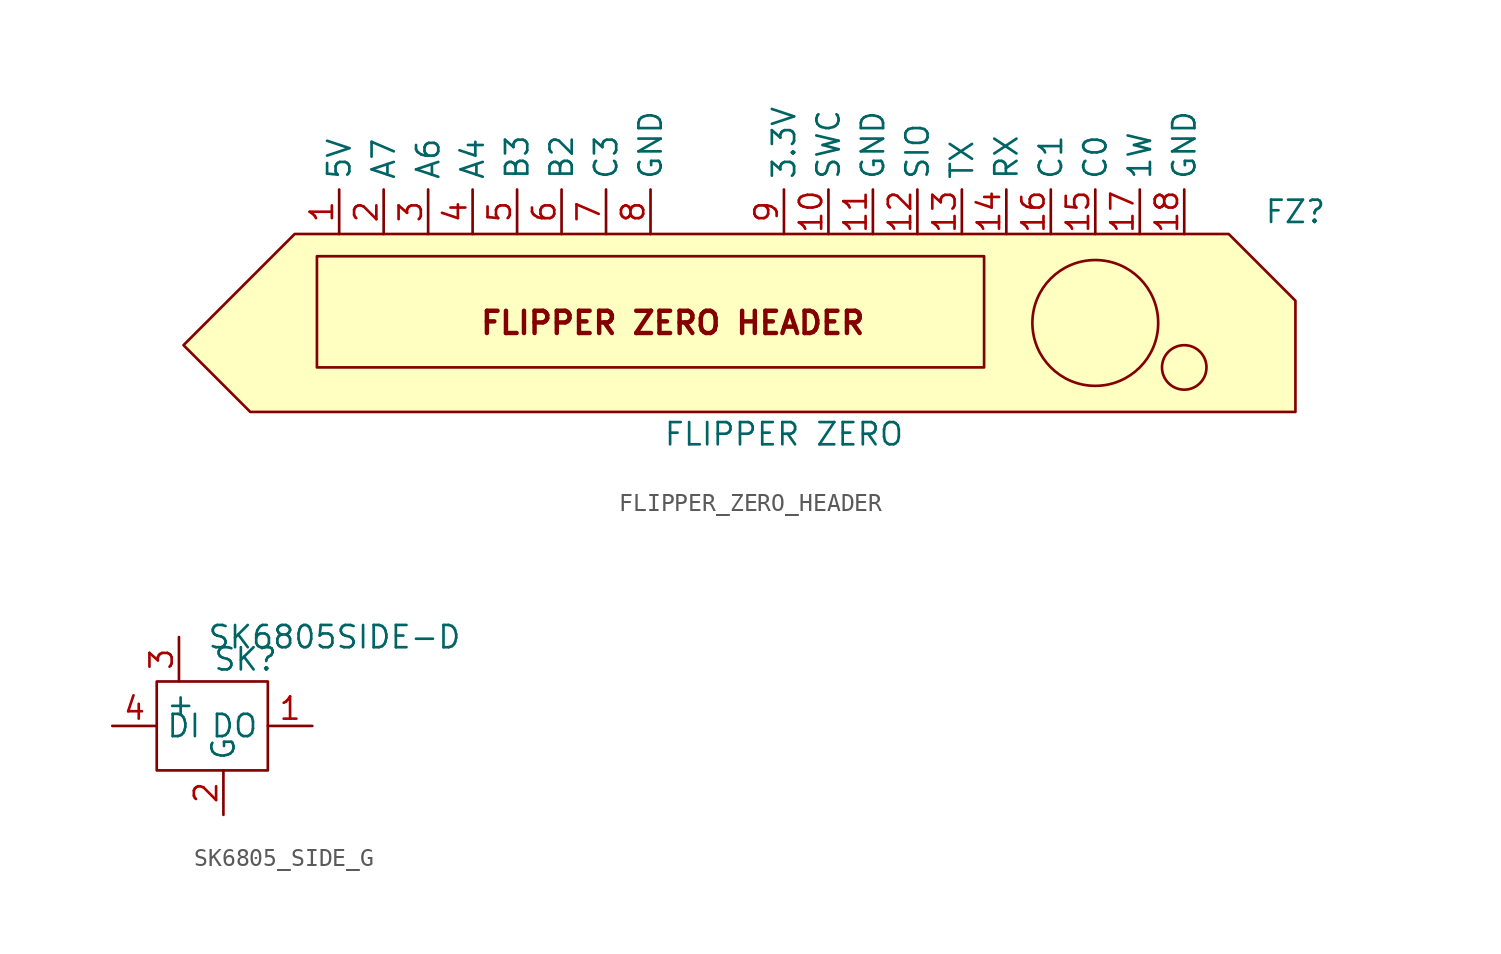
<source format=kicad_sym>
(kicad_symbol_lib
  (version 20220914)
  (generator kicad_symbol_editor)
  (symbol "FLIPPER_ZERO_HEADER"
    (property "Reference" "FZ"
      (at 33.02 2.54 0)
      (effects (font (size 1.27 1.27))))
    (property "Value" "FLIPPER ZERO"
      (at 3.81 -10.16 0)
      (effects (font (size 1.27 1.27))))
    (symbol "FLIPPER_ZERO_HEADER_1_1"
      (rectangle (start -22.86 0) (end 15.24 -6.35) (stroke (width 0) (type default)) (fill (type none)))
      (polyline (pts (xy -24.13 1.27) (xy -30.48 -5.08) (xy -26.67 -8.89) (xy 33.02 -8.89) (xy 33.02 -2.54) (xy 29.21 1.27) (xy -24.13 1.27)) (stroke (width 0) (type default)) (fill (type background)))
      (circle (center 21.59 -3.81) (radius 3.592) (stroke (width 0) (type default)) (fill (type none)))
      (circle (center 26.67 -6.35) (radius 1.27) (stroke (width 0) (type default)) (fill (type none)))
      (text "FLIPPER ZERO HEADER" (at -2.54 -3.81 0) (effects (font (size 1.27 1.27) bold)))
      (pin output line (at -21.59 1.27 90) (length 2.54) (name "5V" (effects (font (size 1.27 1.27)))) (number "1" (effects (font (size 1.27 1.27)))))
      (pin bidirectional line (at 6.35 1.27 90) (length 2.54) (name "SWC" (effects (font (size 1.27 1.27)))) (number "10" (effects (font (size 1.27 1.27)))))
      (pin power_in line (at 8.89 1.27 90) (length 2.54) (name "GND" (effects (font (size 1.27 1.27)))) (number "11" (effects (font (size 1.27 1.27)))))
      (pin bidirectional line (at 11.43 1.27 90) (length 2.54) (name "SIO" (effects (font (size 1.27 1.27)))) (number "12" (effects (font (size 1.27 1.27)))))
      (pin output line (at 13.97 1.27 90) (length 2.54) (name "TX" (effects (font (size 1.27 1.27)))) (number "13" (effects (font (size 1.27 1.27)))))
      (pin input line (at 16.51 1.27 90) (length 2.54) (name "RX" (effects (font (size 1.27 1.27)))) (number "14" (effects (font (size 1.27 1.27)))))
      (pin bidirectional line (at 21.59 1.27 90) (length 2.54) (name "C0" (effects (font (size 1.27 1.27)))) (number "15" (effects (font (size 1.27 1.27)))))
      (pin bidirectional line (at 19.05 1.27 90) (length 2.54) (name "C1" (effects (font (size 1.27 1.27)))) (number "16" (effects (font (size 1.27 1.27)))))
      (pin bidirectional line (at 24.13 1.27 90) (length 2.54) (name "1W" (effects (font (size 1.27 1.27)))) (number "17" (effects (font (size 1.27 1.27)))))
      (pin power_in line (at 26.67 1.27 90) (length 2.54) (name "GND" (effects (font (size 1.27 1.27)))) (number "18" (effects (font (size 1.27 1.27)))))
      (pin bidirectional line (at -19.05 1.27 90) (length 2.54) (name "A7" (effects (font (size 1.27 1.27)))) (number "2" (effects (font (size 1.27 1.27)))))
      (pin bidirectional line (at -16.51 1.27 90) (length 2.54) (name "A6" (effects (font (size 1.27 1.27)))) (number "3" (effects (font (size 1.27 1.27)))))
      (pin bidirectional line (at -13.97 1.27 90) (length 2.54) (name "A4" (effects (font (size 1.27 1.27)))) (number "4" (effects (font (size 1.27 1.27)))))
      (pin bidirectional line (at -11.43 1.27 90) (length 2.54) (name "B3" (effects (font (size 1.27 1.27)))) (number "5" (effects (font (size 1.27 1.27)))))
      (pin bidirectional line (at -8.89 1.27 90) (length 2.54) (name "B2" (effects (font (size 1.27 1.27)))) (number "6" (effects (font (size 1.27 1.27)))))
      (pin bidirectional line (at -6.35 1.27 90) (length 2.54) (name "C3" (effects (font (size 1.27 1.27)))) (number "7" (effects (font (size 1.27 1.27)))))
      (pin power_in line (at -3.81 1.27 90) (length 2.54) (name "GND" (effects (font (size 1.27 1.27)))) (number "8" (effects (font (size 1.27 1.27)))))
      (pin output line (at 3.81 1.27 90) (length 2.54) (name "3.3V" (effects (font (size 1.27 1.27)))) (number "9" (effects (font (size 1.27 1.27)))))))
  (symbol "SK6805_SIDE_G"
    (property "Reference" "SK"
      (at 2.54 3.81 0)
      (effects (font (size 1.27 1.27))))
    (property "Value" "SK6805SIDE-D"
      (at 7.62 5.08 0)
      (effects (font (size 1.27 1.27))))
    (symbol "SK6805_SIDE_G_0_1"
      (rectangle (start -2.54 2.54) (end 3.81 -2.54) (stroke (width 0) (type default)) (fill (type none))))
    (symbol "SK6805_SIDE_G_1_1"
      (pin output line (at 6.35 0 180) (length 2.54) (name "DO" (effects (font (size 1.27 1.27)))) (number "1" (effects (font (size 1.27 1.27)))))
      (pin power_in line (at 1.27 -5.08 90) (length 2.54) (name "G" (effects (font (size 1.27 1.27)))) (number "2" (effects (font (size 1.27 1.27)))))
      (pin unspecified line (at -1.27 5.08 270) (length 2.54) (name "+" (effects (font (size 1.27 1.27)))) (number "3" (effects (font (size 1.27 1.27)))))
      (pin input line (at -5.08 0 0) (length 2.54) (name "DI" (effects (font (size 1.27 1.27)))) (number "4" (effects (font (size 1.27 1.27))))))))
</source>
